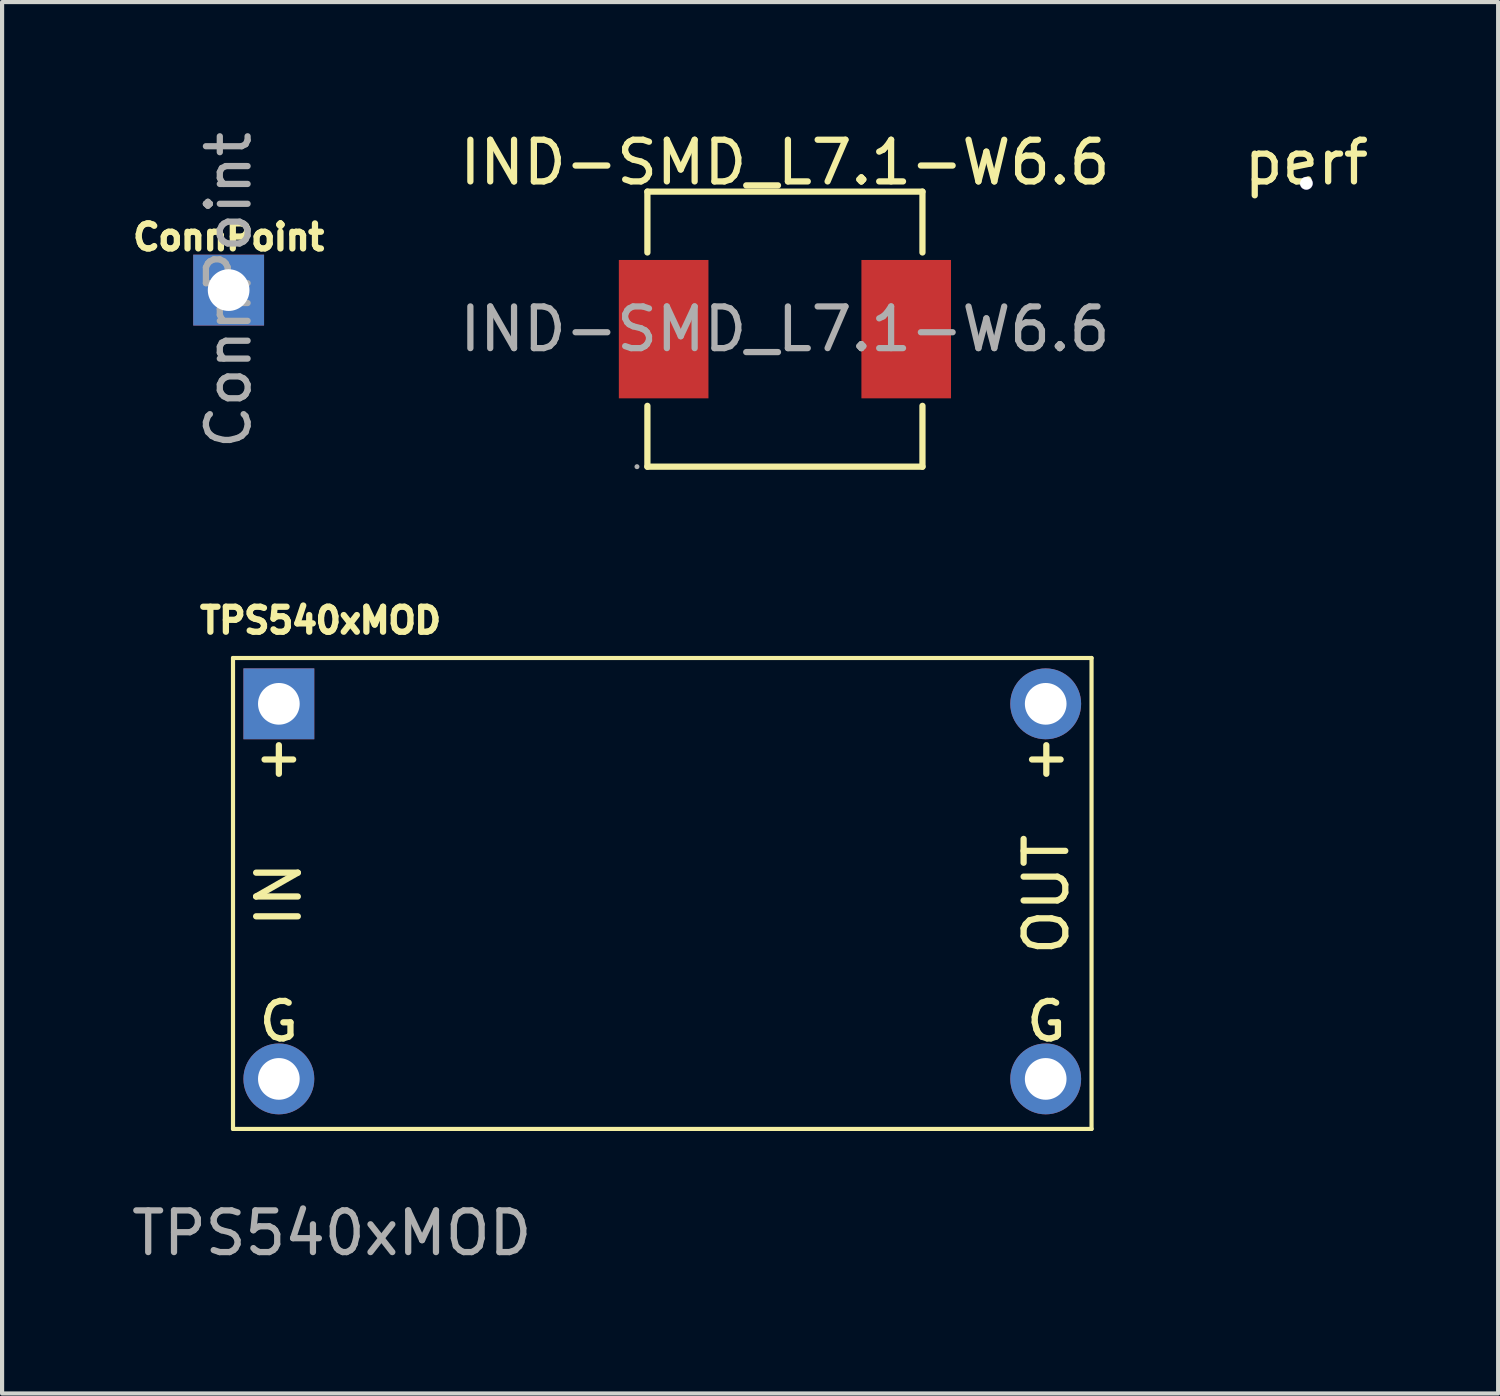
<source format=kicad_pcb>
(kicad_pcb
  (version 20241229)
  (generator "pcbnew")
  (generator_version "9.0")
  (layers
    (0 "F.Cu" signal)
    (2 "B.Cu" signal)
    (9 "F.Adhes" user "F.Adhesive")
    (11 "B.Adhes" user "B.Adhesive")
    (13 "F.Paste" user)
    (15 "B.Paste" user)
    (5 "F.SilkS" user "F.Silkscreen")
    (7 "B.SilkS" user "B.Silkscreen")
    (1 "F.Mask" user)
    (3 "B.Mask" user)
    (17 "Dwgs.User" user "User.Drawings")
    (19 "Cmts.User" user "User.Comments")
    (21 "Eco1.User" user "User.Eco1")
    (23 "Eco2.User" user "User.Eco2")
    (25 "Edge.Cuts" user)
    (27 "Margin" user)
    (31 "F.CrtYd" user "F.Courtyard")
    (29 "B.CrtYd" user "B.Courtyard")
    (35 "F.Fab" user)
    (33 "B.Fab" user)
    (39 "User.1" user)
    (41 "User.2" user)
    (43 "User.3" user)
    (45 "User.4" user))
  (footprint "IND-SMD_L7.1-W6.6"
    (layer "F.Cu")
    (at 15.784 4.848)
    (property "Reference" "IND-SMD_L7.1-W6.6" (at 0 -4 0) (layer "F.SilkS") (effects (font (size 1 1) (thickness 0.15))))
    (attr smd)
    (fp_line (start -3.3 -3.3) (end -3.3 -1.84) (stroke (width 0.15) (type solid)) (layer "F.SilkS"))
    (fp_line (start -3.3 1.84) (end -3.3 3.3) (stroke (width 0.15) (type solid)) (layer "F.SilkS"))
    (fp_line (start -3.3 3.3) (end 3.3 3.3) (stroke (width 0.15) (type solid)) (layer "F.SilkS"))
    (fp_line (start 3.3 -3.3) (end -3.3 -3.3) (stroke (width 0.15) (type solid)) (layer "F.SilkS"))
    (fp_line (start 3.3 -1.84) (end 3.3 -3.3) (stroke (width 0.15) (type solid)) (layer "F.SilkS"))
    (fp_line (start 3.3 3.3) (end 3.3 1.84) (stroke (width 0.15) (type solid)) (layer "F.SilkS"))
    (fp_circle (center -3.55 3.3) (end -3.52 3.3) (stroke (width 0.06) (type solid)) (fill no) (layer "F.Fab"))
    (fp_text user "${REFERENCE}" (at 0 0 0) (layer "F.Fab") (effects (font (size 1 1) (thickness 0.15))))
    (pad "1" smd rect (at -2.91 0) (size 2.15 3.32) (layers "F.Cu" "F.Mask" "F.Paste"))
    (pad "2" smd rect (at 2.91 0) (size 2.15 3.32) (layers "F.Cu" "F.Mask" "F.Paste")))
  (footprint "ConnPoint"
    (layer "F.Cu")
    (at 2.436 3.911)
    (property "Reference" "ConnPoint" (at 0 -1.27 0) (layer "F.SilkS") (effects (font (size 0.6 0.6) (thickness 0.15))))
    (attr through_hole)
    (fp_text user "${REFERENCE}" (at 0 0 90) (layer "F.Fab") (effects (font (size 1 1) (thickness 0.15))))
    (pad "1" thru_hole rect (at 0 0) (size 1.7 1.7) (drill 1) (layers "*.Cu" "*.Mask")))
  (footprint "TPS540xMOD"
    (layer "F.Cu")
    (at 3.641 13.838)
    (property "Reference" "TPS540xMOD" (at 1 -2 0) (unlocked yes) (layer "F.SilkS") (effects (font (size 0.6 0.6) (thickness 0.15))))
    (attr through_hole)
    (fp_line (start -1.1 -1.1) (end -1.1 10.2) (stroke (width 0.1) (type solid)) (layer "F.SilkS"))
    (fp_line (start 19.5 -1.1) (end -1.1 -1.1) (stroke (width 0.1) (type solid)) (layer "F.SilkS"))
    (fp_line (start 19.5 -1.1) (end 19.5 10.2) (stroke (width 0.1) (type solid)) (layer "F.SilkS"))
    (fp_line (start 19.5 10.2) (end -1.1 10.2) (stroke (width 0.1) (type solid)) (layer "F.SilkS"))
    (fp_text user "IN" (at 0 4.575 270) (layer "F.SilkS") (effects (font (size 1 1) (thickness 0.15))))
    (fp_text user "G" (at 0 7.62 0) (layer "F.SilkS") (effects (font (size 0.9 0.9) (thickness 0.15))))
    (fp_text user "+" (at 0 1.27 0) (layer "F.SilkS") (effects (font (size 0.9 0.9) (thickness 0.15))))
    (fp_text user "OUT" (at 18.415 4.575 90) (layer "F.SilkS") (effects (font (size 1 1) (thickness 0.15))))
    (fp_text user "+" (at 18.415 1.27 0) (layer "F.SilkS") (effects (font (size 0.9 0.9) (thickness 0.15))))
    (fp_text user "G" (at 18.415 7.62 0) (layer "F.SilkS") (effects (font (size 0.9 0.9) (thickness 0.15))))
    (fp_text user "${REFERENCE}" (at 1.27 12.7 0) (unlocked yes) (layer "F.Fab") (effects (font (size 1 1) (thickness 0.15))))
    (pad "1" thru_hole rect (at 0 0) (size 1.7 1.7) (drill 1) (layers "*.Cu" "*.Mask"))
    (pad "2" thru_hole circle (at 18.4 0) (size 1.7 1.7) (drill 1) (layers "*.Cu" "*.Mask"))
    (pad "3" thru_hole circle (at 0 9) (size 1.7 1.7) (drill 1) (layers "*.Cu" "*.Mask"))
    (pad "4" thru_hole circle (at 18.4 9) (size 1.7 1.7) (drill 1) (layers "*.Cu" "*.Mask")))
  (footprint "perf"
    (layer "F.Cu")
    (at 28.295 1.348)
    (property "Reference" "perf" (at 0 -0.5 0) (unlocked yes) (layer "F.SilkS") (effects (font (size 1 1) (thickness 0.15))))
    (pad "" np_thru_hole circle (at 0 0) (size 0.31 0.31) (drill 0.3) (layers "*.Cu")))
  (gr_rect
    (start -3 -3)
    (end 32.897 30.386)
    (stroke (width 0.1) (type default))
    (fill no)
    (layer "Edge.Cuts")))
</source>
